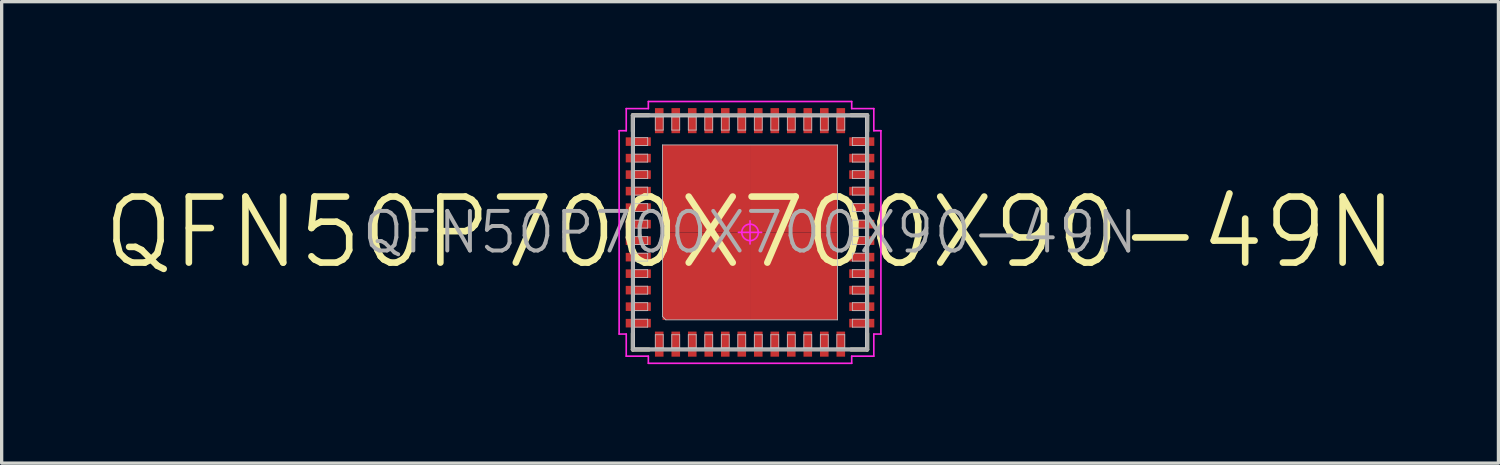
<source format=kicad_pcb>
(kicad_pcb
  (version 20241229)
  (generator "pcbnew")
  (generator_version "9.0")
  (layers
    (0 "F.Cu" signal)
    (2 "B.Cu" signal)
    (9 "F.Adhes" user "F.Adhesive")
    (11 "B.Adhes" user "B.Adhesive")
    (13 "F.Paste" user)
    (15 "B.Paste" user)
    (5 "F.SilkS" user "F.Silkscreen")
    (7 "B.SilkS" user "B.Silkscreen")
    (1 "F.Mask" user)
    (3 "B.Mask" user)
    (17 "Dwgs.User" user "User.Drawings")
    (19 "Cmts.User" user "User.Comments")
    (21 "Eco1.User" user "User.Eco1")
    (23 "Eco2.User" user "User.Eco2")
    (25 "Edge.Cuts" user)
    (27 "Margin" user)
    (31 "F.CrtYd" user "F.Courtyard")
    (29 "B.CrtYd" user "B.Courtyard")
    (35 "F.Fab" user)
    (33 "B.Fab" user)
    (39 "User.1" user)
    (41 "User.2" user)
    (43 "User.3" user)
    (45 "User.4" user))
  (footprint "QFN50P700X700X90-49N"
    (layer "F.Cu")
    (at 19.671 3.99)
    (property "Reference" "QFN50P700X700X90-49N" (at 0 0 0) (layer "F.Fab") (effects (font (size 1.2 1.2) (thickness 0.12))))
    (attr smd)
    (fp_line (start -3.55 -3.55) (end -3.55 -3.06) (stroke (width 0.12) (type solid)) (layer "F.SilkS"))
    (fp_line (start -3.55 3.55) (end -3.55 3.06) (stroke (width 0.12) (type solid)) (layer "F.SilkS"))
    (fp_line (start -3.06 -3.55) (end -3.55 -3.55) (stroke (width 0.12) (type solid)) (layer "F.SilkS"))
    (fp_line (start -3.06 3.55) (end -3.55 3.55) (stroke (width 0.12) (type solid)) (layer "F.SilkS"))
    (fp_line (start 3.06 -3.55) (end 3.55 -3.55) (stroke (width 0.12) (type solid)) (layer "F.SilkS"))
    (fp_line (start 3.06 3.55) (end 3.55 3.55) (stroke (width 0.12) (type solid)) (layer "F.SilkS"))
    (fp_line (start 3.55 -3.55) (end 3.55 -3.06) (stroke (width 0.12) (type solid)) (layer "F.SilkS"))
    (fp_line (start 3.55 3.55) (end 3.55 3.06) (stroke (width 0.12) (type solid)) (layer "F.SilkS"))
    (fp_line (start -3.5 -3.5) (end 3.5 -3.5) (stroke (width 0.025) (type solid)) (layer "Dwgs.User"))
    (fp_line (start -3.5 -2.87) (end -3.1 -2.87) (stroke (width 0.025) (type solid)) (layer "Dwgs.User"))
    (fp_line (start -3.5 -2.63) (end -3.5 -2.87) (stroke (width 0.025) (type solid)) (layer "Dwgs.User"))
    (fp_line (start -3.5 -2.37) (end -3.1 -2.37) (stroke (width 0.025) (type solid)) (layer "Dwgs.User"))
    (fp_line (start -3.5 -2.13) (end -3.5 -2.37) (stroke (width 0.025) (type solid)) (layer "Dwgs.User"))
    (fp_line (start -3.5 -1.87) (end -3.1 -1.87) (stroke (width 0.025) (type solid)) (layer "Dwgs.User"))
    (fp_line (start -3.5 -1.63) (end -3.5 -1.87) (stroke (width 0.025) (type solid)) (layer "Dwgs.User"))
    (fp_line (start -3.5 -1.37) (end -3.1 -1.37) (stroke (width 0.025) (type solid)) (layer "Dwgs.User"))
    (fp_line (start -3.5 -1.13) (end -3.5 -1.37) (stroke (width 0.025) (type solid)) (layer "Dwgs.User"))
    (fp_line (start -3.5 -0.87) (end -3.1 -0.87) (stroke (width 0.025) (type solid)) (layer "Dwgs.User"))
    (fp_line (start -3.5 -0.63) (end -3.5 -0.87) (stroke (width 0.025) (type solid)) (layer "Dwgs.User"))
    (fp_line (start -3.5 -0.37) (end -3.1 -0.37) (stroke (width 0.025) (type solid)) (layer "Dwgs.User"))
    (fp_line (start -3.5 -0.13) (end -3.5 -0.37) (stroke (width 0.025) (type solid)) (layer "Dwgs.User"))
    (fp_line (start -3.5 0.13) (end -3.1 0.13) (stroke (width 0.025) (type solid)) (layer "Dwgs.User"))
    (fp_line (start -3.5 0.37) (end -3.5 0.13) (stroke (width 0.025) (type solid)) (layer "Dwgs.User"))
    (fp_line (start -3.5 0.63) (end -3.1 0.63) (stroke (width 0.025) (type solid)) (layer "Dwgs.User"))
    (fp_line (start -3.5 0.87) (end -3.5 0.63) (stroke (width 0.025) (type solid)) (layer "Dwgs.User"))
    (fp_line (start -3.5 1.13) (end -3.1 1.13) (stroke (width 0.025) (type solid)) (layer "Dwgs.User"))
    (fp_line (start -3.5 1.37) (end -3.5 1.13) (stroke (width 0.025) (type solid)) (layer "Dwgs.User"))
    (fp_line (start -3.5 1.63) (end -3.1 1.63) (stroke (width 0.025) (type solid)) (layer "Dwgs.User"))
    (fp_line (start -3.5 1.87) (end -3.5 1.63) (stroke (width 0.025) (type solid)) (layer "Dwgs.User"))
    (fp_line (start -3.5 2.13) (end -3.1 2.13) (stroke (width 0.025) (type solid)) (layer "Dwgs.User"))
    (fp_line (start -3.5 2.37) (end -3.5 2.13) (stroke (width 0.025) (type solid)) (layer "Dwgs.User"))
    (fp_line (start -3.5 2.63) (end -3.1 2.63) (stroke (width 0.025) (type solid)) (layer "Dwgs.User"))
    (fp_line (start -3.5 2.87) (end -3.5 2.63) (stroke (width 0.025) (type solid)) (layer "Dwgs.User"))
    (fp_line (start -3.5 3.5) (end -3.5 -3.5) (stroke (width 0.025) (type solid)) (layer "Dwgs.User"))
    (fp_line (start -3.1 -2.87) (end -3.1 -2.63) (stroke (width 0.025) (type solid)) (layer "Dwgs.User"))
    (fp_line (start -3.1 -2.63) (end -3.5 -2.63) (stroke (width 0.025) (type solid)) (layer "Dwgs.User"))
    (fp_line (start -3.1 -2.37) (end -3.1 -2.13) (stroke (width 0.025) (type solid)) (layer "Dwgs.User"))
    (fp_line (start -3.1 -2.13) (end -3.5 -2.13) (stroke (width 0.025) (type solid)) (layer "Dwgs.User"))
    (fp_line (start -3.1 -1.87) (end -3.1 -1.63) (stroke (width 0.025) (type solid)) (layer "Dwgs.User"))
    (fp_line (start -3.1 -1.63) (end -3.5 -1.63) (stroke (width 0.025) (type solid)) (layer "Dwgs.User"))
    (fp_line (start -3.1 -1.37) (end -3.1 -1.13) (stroke (width 0.025) (type solid)) (layer "Dwgs.User"))
    (fp_line (start -3.1 -1.13) (end -3.5 -1.13) (stroke (width 0.025) (type solid)) (layer "Dwgs.User"))
    (fp_line (start -3.1 -0.87) (end -3.1 -0.63) (stroke (width 0.025) (type solid)) (layer "Dwgs.User"))
    (fp_line (start -3.1 -0.63) (end -3.5 -0.63) (stroke (width 0.025) (type solid)) (layer "Dwgs.User"))
    (fp_line (start -3.1 -0.37) (end -3.1 -0.13) (stroke (width 0.025) (type solid)) (layer "Dwgs.User"))
    (fp_line (start -3.1 -0.13) (end -3.5 -0.13) (stroke (width 0.025) (type solid)) (layer "Dwgs.User"))
    (fp_line (start -3.1 0.13) (end -3.1 0.37) (stroke (width 0.025) (type solid)) (layer "Dwgs.User"))
    (fp_line (start -3.1 0.37) (end -3.5 0.37) (stroke (width 0.025) (type solid)) (layer "Dwgs.User"))
    (fp_line (start -3.1 0.63) (end -3.1 0.87) (stroke (width 0.025) (type solid)) (layer "Dwgs.User"))
    (fp_line (start -3.1 0.87) (end -3.5 0.87) (stroke (width 0.025) (type solid)) (layer "Dwgs.User"))
    (fp_line (start -3.1 1.13) (end -3.1 1.37) (stroke (width 0.025) (type solid)) (layer "Dwgs.User"))
    (fp_line (start -3.1 1.37) (end -3.5 1.37) (stroke (width 0.025) (type solid)) (layer "Dwgs.User"))
    (fp_line (start -3.1 1.63) (end -3.1 1.87) (stroke (width 0.025) (type solid)) (layer "Dwgs.User"))
    (fp_line (start -3.1 1.87) (end -3.5 1.87) (stroke (width 0.025) (type solid)) (layer "Dwgs.User"))
    (fp_line (start -3.1 2.13) (end -3.1 2.37) (stroke (width 0.025) (type solid)) (layer "Dwgs.User"))
    (fp_line (start -3.1 2.37) (end -3.5 2.37) (stroke (width 0.025) (type solid)) (layer "Dwgs.User"))
    (fp_line (start -3.1 2.63) (end -3.1 2.87) (stroke (width 0.025) (type solid)) (layer "Dwgs.User"))
    (fp_line (start -3.1 2.87) (end -3.5 2.87) (stroke (width 0.025) (type solid)) (layer "Dwgs.User"))
    (fp_line (start -2.87 -3.5) (end -2.63 -3.5) (stroke (width 0.025) (type solid)) (layer "Dwgs.User"))
    (fp_line (start -2.87 -3.1) (end -2.87 -3.5) (stroke (width 0.025) (type solid)) (layer "Dwgs.User"))
    (fp_line (start -2.87 3.1) (end -2.63 3.1) (stroke (width 0.025) (type solid)) (layer "Dwgs.User"))
    (fp_line (start -2.87 3.5) (end -2.87 3.1) (stroke (width 0.025) (type solid)) (layer "Dwgs.User"))
    (fp_line (start -2.65 -2.65) (end -2.65 2.55) (stroke (width 0.025) (type solid)) (layer "Dwgs.User"))
    (fp_line (start -2.65 2.55) (end -2.55 2.65) (stroke (width 0.025) (type solid)) (layer "Dwgs.User"))
    (fp_line (start -2.63 -3.5) (end -2.63 -3.1) (stroke (width 0.025) (type solid)) (layer "Dwgs.User"))
    (fp_line (start -2.63 -3.1) (end -2.87 -3.1) (stroke (width 0.025) (type solid)) (layer "Dwgs.User"))
    (fp_line (start -2.63 3.1) (end -2.63 3.5) (stroke (width 0.025) (type solid)) (layer "Dwgs.User"))
    (fp_line (start -2.63 3.5) (end -2.87 3.5) (stroke (width 0.025) (type solid)) (layer "Dwgs.User"))
    (fp_line (start -2.55 2.65) (end 2.65 2.65) (stroke (width 0.025) (type solid)) (layer "Dwgs.User"))
    (fp_line (start -2.37 -3.5) (end -2.13 -3.5) (stroke (width 0.025) (type solid)) (layer "Dwgs.User"))
    (fp_line (start -2.37 -3.1) (end -2.37 -3.5) (stroke (width 0.025) (type solid)) (layer "Dwgs.User"))
    (fp_line (start -2.37 3.1) (end -2.13 3.1) (stroke (width 0.025) (type solid)) (layer "Dwgs.User"))
    (fp_line (start -2.37 3.5) (end -2.37 3.1) (stroke (width 0.025) (type solid)) (layer "Dwgs.User"))
    (fp_line (start -2.13 -3.5) (end -2.13 -3.1) (stroke (width 0.025) (type solid)) (layer "Dwgs.User"))
    (fp_line (start -2.13 -3.1) (end -2.37 -3.1) (stroke (width 0.025) (type solid)) (layer "Dwgs.User"))
    (fp_line (start -2.13 3.1) (end -2.13 3.5) (stroke (width 0.025) (type solid)) (layer "Dwgs.User"))
    (fp_line (start -2.13 3.5) (end -2.37 3.5) (stroke (width 0.025) (type solid)) (layer "Dwgs.User"))
    (fp_line (start -1.87 -3.5) (end -1.63 -3.5) (stroke (width 0.025) (type solid)) (layer "Dwgs.User"))
    (fp_line (start -1.87 -3.1) (end -1.87 -3.5) (stroke (width 0.025) (type solid)) (layer "Dwgs.User"))
    (fp_line (start -1.87 3.1) (end -1.63 3.1) (stroke (width 0.025) (type solid)) (layer "Dwgs.User"))
    (fp_line (start -1.87 3.5) (end -1.87 3.1) (stroke (width 0.025) (type solid)) (layer "Dwgs.User"))
    (fp_line (start -1.63 -3.5) (end -1.63 -3.1) (stroke (width 0.025) (type solid)) (layer "Dwgs.User"))
    (fp_line (start -1.63 -3.1) (end -1.87 -3.1) (stroke (width 0.025) (type solid)) (layer "Dwgs.User"))
    (fp_line (start -1.63 3.1) (end -1.63 3.5) (stroke (width 0.025) (type solid)) (layer "Dwgs.User"))
    (fp_line (start -1.63 3.5) (end -1.87 3.5) (stroke (width 0.025) (type solid)) (layer "Dwgs.User"))
    (fp_line (start -1.37 -3.5) (end -1.13 -3.5) (stroke (width 0.025) (type solid)) (layer "Dwgs.User"))
    (fp_line (start -1.37 -3.1) (end -1.37 -3.5) (stroke (width 0.025) (type solid)) (layer "Dwgs.User"))
    (fp_line (start -1.37 3.1) (end -1.13 3.1) (stroke (width 0.025) (type solid)) (layer "Dwgs.User"))
    (fp_line (start -1.37 3.5) (end -1.37 3.1) (stroke (width 0.025) (type solid)) (layer "Dwgs.User"))
    (fp_line (start -1.13 -3.5) (end -1.13 -3.1) (stroke (width 0.025) (type solid)) (layer "Dwgs.User"))
    (fp_line (start -1.13 -3.1) (end -1.37 -3.1) (stroke (width 0.025) (type solid)) (layer "Dwgs.User"))
    (fp_line (start -1.13 3.1) (end -1.13 3.5) (stroke (width 0.025) (type solid)) (layer "Dwgs.User"))
    (fp_line (start -1.13 3.5) (end -1.37 3.5) (stroke (width 0.025) (type solid)) (layer "Dwgs.User"))
    (fp_line (start -0.87 -3.5) (end -0.63 -3.5) (stroke (width 0.025) (type solid)) (layer "Dwgs.User"))
    (fp_line (start -0.87 -3.1) (end -0.87 -3.5) (stroke (width 0.025) (type solid)) (layer "Dwgs.User"))
    (fp_line (start -0.87 3.1) (end -0.63 3.1) (stroke (width 0.025) (type solid)) (layer "Dwgs.User"))
    (fp_line (start -0.87 3.5) (end -0.87 3.1) (stroke (width 0.025) (type solid)) (layer "Dwgs.User"))
    (fp_line (start -0.63 -3.5) (end -0.63 -3.1) (stroke (width 0.025) (type solid)) (layer "Dwgs.User"))
    (fp_line (start -0.63 -3.1) (end -0.87 -3.1) (stroke (width 0.025) (type solid)) (layer "Dwgs.User"))
    (fp_line (start -0.63 3.1) (end -0.63 3.5) (stroke (width 0.025) (type solid)) (layer "Dwgs.User"))
    (fp_line (start -0.63 3.5) (end -0.87 3.5) (stroke (width 0.025) (type solid)) (layer "Dwgs.User"))
    (fp_line (start -0.37 -3.5) (end -0.13 -3.5) (stroke (width 0.025) (type solid)) (layer "Dwgs.User"))
    (fp_line (start -0.37 -3.1) (end -0.37 -3.5) (stroke (width 0.025) (type solid)) (layer "Dwgs.User"))
    (fp_line (start -0.37 3.1) (end -0.13 3.1) (stroke (width 0.025) (type solid)) (layer "Dwgs.User"))
    (fp_line (start -0.37 3.5) (end -0.37 3.1) (stroke (width 0.025) (type solid)) (layer "Dwgs.User"))
    (fp_line (start -0.13 -3.5) (end -0.13 -3.1) (stroke (width 0.025) (type solid)) (layer "Dwgs.User"))
    (fp_line (start -0.13 -3.1) (end -0.37 -3.1) (stroke (width 0.025) (type solid)) (layer "Dwgs.User"))
    (fp_line (start -0.13 3.1) (end -0.13 3.5) (stroke (width 0.025) (type solid)) (layer "Dwgs.User"))
    (fp_line (start -0.13 3.5) (end -0.37 3.5) (stroke (width 0.025) (type solid)) (layer "Dwgs.User"))
    (fp_line (start 0.13 -3.5) (end 0.37 -3.5) (stroke (width 0.025) (type solid)) (layer "Dwgs.User"))
    (fp_line (start 0.13 -3.1) (end 0.13 -3.5) (stroke (width 0.025) (type solid)) (layer "Dwgs.User"))
    (fp_line (start 0.13 3.1) (end 0.37 3.1) (stroke (width 0.025) (type solid)) (layer "Dwgs.User"))
    (fp_line (start 0.13 3.5) (end 0.13 3.1) (stroke (width 0.025) (type solid)) (layer "Dwgs.User"))
    (fp_line (start 0.37 -3.5) (end 0.37 -3.1) (stroke (width 0.025) (type solid)) (layer "Dwgs.User"))
    (fp_line (start 0.37 -3.1) (end 0.13 -3.1) (stroke (width 0.025) (type solid)) (layer "Dwgs.User"))
    (fp_line (start 0.37 3.1) (end 0.37 3.5) (stroke (width 0.025) (type solid)) (layer "Dwgs.User"))
    (fp_line (start 0.37 3.5) (end 0.13 3.5) (stroke (width 0.025) (type solid)) (layer "Dwgs.User"))
    (fp_line (start 0.63 -3.5) (end 0.87 -3.5) (stroke (width 0.025) (type solid)) (layer "Dwgs.User"))
    (fp_line (start 0.63 -3.1) (end 0.63 -3.5) (stroke (width 0.025) (type solid)) (layer "Dwgs.User"))
    (fp_line (start 0.63 3.1) (end 0.87 3.1) (stroke (width 0.025) (type solid)) (layer "Dwgs.User"))
    (fp_line (start 0.63 3.5) (end 0.63 3.1) (stroke (width 0.025) (type solid)) (layer "Dwgs.User"))
    (fp_line (start 0.87 -3.5) (end 0.87 -3.1) (stroke (width 0.025) (type solid)) (layer "Dwgs.User"))
    (fp_line (start 0.87 -3.1) (end 0.63 -3.1) (stroke (width 0.025) (type solid)) (layer "Dwgs.User"))
    (fp_line (start 0.87 3.1) (end 0.87 3.5) (stroke (width 0.025) (type solid)) (layer "Dwgs.User"))
    (fp_line (start 0.87 3.5) (end 0.63 3.5) (stroke (width 0.025) (type solid)) (layer "Dwgs.User"))
    (fp_line (start 1.13 -3.5) (end 1.37 -3.5) (stroke (width 0.025) (type solid)) (layer "Dwgs.User"))
    (fp_line (start 1.13 -3.1) (end 1.13 -3.5) (stroke (width 0.025) (type solid)) (layer "Dwgs.User"))
    (fp_line (start 1.13 3.1) (end 1.37 3.1) (stroke (width 0.025) (type solid)) (layer "Dwgs.User"))
    (fp_line (start 1.13 3.5) (end 1.13 3.1) (stroke (width 0.025) (type solid)) (layer "Dwgs.User"))
    (fp_line (start 1.37 -3.5) (end 1.37 -3.1) (stroke (width 0.025) (type solid)) (layer "Dwgs.User"))
    (fp_line (start 1.37 -3.1) (end 1.13 -3.1) (stroke (width 0.025) (type solid)) (layer "Dwgs.User"))
    (fp_line (start 1.37 3.1) (end 1.37 3.5) (stroke (width 0.025) (type solid)) (layer "Dwgs.User"))
    (fp_line (start 1.37 3.5) (end 1.13 3.5) (stroke (width 0.025) (type solid)) (layer "Dwgs.User"))
    (fp_line (start 1.63 -3.5) (end 1.87 -3.5) (stroke (width 0.025) (type solid)) (layer "Dwgs.User"))
    (fp_line (start 1.63 -3.1) (end 1.63 -3.5) (stroke (width 0.025) (type solid)) (layer "Dwgs.User"))
    (fp_line (start 1.63 3.1) (end 1.87 3.1) (stroke (width 0.025) (type solid)) (layer "Dwgs.User"))
    (fp_line (start 1.63 3.5) (end 1.63 3.1) (stroke (width 0.025) (type solid)) (layer "Dwgs.User"))
    (fp_line (start 1.87 -3.5) (end 1.87 -3.1) (stroke (width 0.025) (type solid)) (layer "Dwgs.User"))
    (fp_line (start 1.87 -3.1) (end 1.63 -3.1) (stroke (width 0.025) (type solid)) (layer "Dwgs.User"))
    (fp_line (start 1.87 3.1) (end 1.87 3.5) (stroke (width 0.025) (type solid)) (layer "Dwgs.User"))
    (fp_line (start 1.87 3.5) (end 1.63 3.5) (stroke (width 0.025) (type solid)) (layer "Dwgs.User"))
    (fp_line (start 2.13 -3.5) (end 2.37 -3.5) (stroke (width 0.025) (type solid)) (layer "Dwgs.User"))
    (fp_line (start 2.13 -3.1) (end 2.13 -3.5) (stroke (width 0.025) (type solid)) (layer "Dwgs.User"))
    (fp_line (start 2.13 3.1) (end 2.37 3.1) (stroke (width 0.025) (type solid)) (layer "Dwgs.User"))
    (fp_line (start 2.13 3.5) (end 2.13 3.1) (stroke (width 0.025) (type solid)) (layer "Dwgs.User"))
    (fp_line (start 2.37 -3.5) (end 2.37 -3.1) (stroke (width 0.025) (type solid)) (layer "Dwgs.User"))
    (fp_line (start 2.37 -3.1) (end 2.13 -3.1) (stroke (width 0.025) (type solid)) (layer "Dwgs.User"))
    (fp_line (start 2.37 3.1) (end 2.37 3.5) (stroke (width 0.025) (type solid)) (layer "Dwgs.User"))
    (fp_line (start 2.37 3.5) (end 2.13 3.5) (stroke (width 0.025) (type solid)) (layer "Dwgs.User"))
    (fp_line (start 2.63 -3.5) (end 2.87 -3.5) (stroke (width 0.025) (type solid)) (layer "Dwgs.User"))
    (fp_line (start 2.63 -3.1) (end 2.63 -3.5) (stroke (width 0.025) (type solid)) (layer "Dwgs.User"))
    (fp_line (start 2.63 3.1) (end 2.87 3.1) (stroke (width 0.025) (type solid)) (layer "Dwgs.User"))
    (fp_line (start 2.63 3.5) (end 2.63 3.1) (stroke (width 0.025) (type solid)) (layer "Dwgs.User"))
    (fp_line (start 2.65 -2.65) (end -2.65 -2.65) (stroke (width 0.025) (type solid)) (layer "Dwgs.User"))
    (fp_line (start 2.65 2.65) (end 2.65 -2.65) (stroke (width 0.025) (type solid)) (layer "Dwgs.User"))
    (fp_line (start 2.87 -3.5) (end 2.87 -3.1) (stroke (width 0.025) (type solid)) (layer "Dwgs.User"))
    (fp_line (start 2.87 -3.1) (end 2.63 -3.1) (stroke (width 0.025) (type solid)) (layer "Dwgs.User"))
    (fp_line (start 2.87 3.1) (end 2.87 3.5) (stroke (width 0.025) (type solid)) (layer "Dwgs.User"))
    (fp_line (start 2.87 3.5) (end 2.63 3.5) (stroke (width 0.025) (type solid)) (layer "Dwgs.User"))
    (fp_line (start 3.1 -2.87) (end 3.5 -2.87) (stroke (width 0.025) (type solid)) (layer "Dwgs.User"))
    (fp_line (start 3.1 -2.63) (end 3.1 -2.87) (stroke (width 0.025) (type solid)) (layer "Dwgs.User"))
    (fp_line (start 3.1 -2.37) (end 3.5 -2.37) (stroke (width 0.025) (type solid)) (layer "Dwgs.User"))
    (fp_line (start 3.1 -2.13) (end 3.1 -2.37) (stroke (width 0.025) (type solid)) (layer "Dwgs.User"))
    (fp_line (start 3.1 -1.87) (end 3.5 -1.87) (stroke (width 0.025) (type solid)) (layer "Dwgs.User"))
    (fp_line (start 3.1 -1.63) (end 3.1 -1.87) (stroke (width 0.025) (type solid)) (layer "Dwgs.User"))
    (fp_line (start 3.1 -1.37) (end 3.5 -1.37) (stroke (width 0.025) (type solid)) (layer "Dwgs.User"))
    (fp_line (start 3.1 -1.13) (end 3.1 -1.37) (stroke (width 0.025) (type solid)) (layer "Dwgs.User"))
    (fp_line (start 3.1 -0.87) (end 3.5 -0.87) (stroke (width 0.025) (type solid)) (layer "Dwgs.User"))
    (fp_line (start 3.1 -0.63) (end 3.1 -0.87) (stroke (width 0.025) (type solid)) (layer "Dwgs.User"))
    (fp_line (start 3.1 -0.37) (end 3.5 -0.37) (stroke (width 0.025) (type solid)) (layer "Dwgs.User"))
    (fp_line (start 3.1 -0.13) (end 3.1 -0.37) (stroke (width 0.025) (type solid)) (layer "Dwgs.User"))
    (fp_line (start 3.1 0.13) (end 3.5 0.13) (stroke (width 0.025) (type solid)) (layer "Dwgs.User"))
    (fp_line (start 3.1 0.37) (end 3.1 0.13) (stroke (width 0.025) (type solid)) (layer "Dwgs.User"))
    (fp_line (start 3.1 0.63) (end 3.5 0.63) (stroke (width 0.025) (type solid)) (layer "Dwgs.User"))
    (fp_line (start 3.1 0.87) (end 3.1 0.63) (stroke (width 0.025) (type solid)) (layer "Dwgs.User"))
    (fp_line (start 3.1 1.13) (end 3.5 1.13) (stroke (width 0.025) (type solid)) (layer "Dwgs.User"))
    (fp_line (start 3.1 1.37) (end 3.1 1.13) (stroke (width 0.025) (type solid)) (layer "Dwgs.User"))
    (fp_line (start 3.1 1.63) (end 3.5 1.63) (stroke (width 0.025) (type solid)) (layer "Dwgs.User"))
    (fp_line (start 3.1 1.87) (end 3.1 1.63) (stroke (width 0.025) (type solid)) (layer "Dwgs.User"))
    (fp_line (start 3.1 2.13) (end 3.5 2.13) (stroke (width 0.025) (type solid)) (layer "Dwgs.User"))
    (fp_line (start 3.1 2.37) (end 3.1 2.13) (stroke (width 0.025) (type solid)) (layer "Dwgs.User"))
    (fp_line (start 3.1 2.63) (end 3.5 2.63) (stroke (width 0.025) (type solid)) (layer "Dwgs.User"))
    (fp_line (start 3.1 2.87) (end 3.1 2.63) (stroke (width 0.025) (type solid)) (layer "Dwgs.User"))
    (fp_line (start 3.5 -3.5) (end 3.5 3.5) (stroke (width 0.025) (type solid)) (layer "Dwgs.User"))
    (fp_line (start 3.5 -2.87) (end 3.5 -2.63) (stroke (width 0.025) (type solid)) (layer "Dwgs.User"))
    (fp_line (start 3.5 -2.63) (end 3.1 -2.63) (stroke (width 0.025) (type solid)) (layer "Dwgs.User"))
    (fp_line (start 3.5 -2.37) (end 3.5 -2.13) (stroke (width 0.025) (type solid)) (layer "Dwgs.User"))
    (fp_line (start 3.5 -2.13) (end 3.1 -2.13) (stroke (width 0.025) (type solid)) (layer "Dwgs.User"))
    (fp_line (start 3.5 -1.87) (end 3.5 -1.63) (stroke (width 0.025) (type solid)) (layer "Dwgs.User"))
    (fp_line (start 3.5 -1.63) (end 3.1 -1.63) (stroke (width 0.025) (type solid)) (layer "Dwgs.User"))
    (fp_line (start 3.5 -1.37) (end 3.5 -1.13) (stroke (width 0.025) (type solid)) (layer "Dwgs.User"))
    (fp_line (start 3.5 -1.13) (end 3.1 -1.13) (stroke (width 0.025) (type solid)) (layer "Dwgs.User"))
    (fp_line (start 3.5 -0.87) (end 3.5 -0.63) (stroke (width 0.025) (type solid)) (layer "Dwgs.User"))
    (fp_line (start 3.5 -0.63) (end 3.1 -0.63) (stroke (width 0.025) (type solid)) (layer "Dwgs.User"))
    (fp_line (start 3.5 -0.37) (end 3.5 -0.13) (stroke (width 0.025) (type solid)) (layer "Dwgs.User"))
    (fp_line (start 3.5 -0.13) (end 3.1 -0.13) (stroke (width 0.025) (type solid)) (layer "Dwgs.User"))
    (fp_line (start 3.5 0.13) (end 3.5 0.37) (stroke (width 0.025) (type solid)) (layer "Dwgs.User"))
    (fp_line (start 3.5 0.37) (end 3.1 0.37) (stroke (width 0.025) (type solid)) (layer "Dwgs.User"))
    (fp_line (start 3.5 0.63) (end 3.5 0.87) (stroke (width 0.025) (type solid)) (layer "Dwgs.User"))
    (fp_line (start 3.5 0.87) (end 3.1 0.87) (stroke (width 0.025) (type solid)) (layer "Dwgs.User"))
    (fp_line (start 3.5 1.13) (end 3.5 1.37) (stroke (width 0.025) (type solid)) (layer "Dwgs.User"))
    (fp_line (start 3.5 1.37) (end 3.1 1.37) (stroke (width 0.025) (type solid)) (layer "Dwgs.User"))
    (fp_line (start 3.5 1.63) (end 3.5 1.87) (stroke (width 0.025) (type solid)) (layer "Dwgs.User"))
    (fp_line (start 3.5 1.87) (end 3.1 1.87) (stroke (width 0.025) (type solid)) (layer "Dwgs.User"))
    (fp_line (start 3.5 2.13) (end 3.5 2.37) (stroke (width 0.025) (type solid)) (layer "Dwgs.User"))
    (fp_line (start 3.5 2.37) (end 3.1 2.37) (stroke (width 0.025) (type solid)) (layer "Dwgs.User"))
    (fp_line (start 3.5 2.63) (end 3.5 2.87) (stroke (width 0.025) (type solid)) (layer "Dwgs.User"))
    (fp_line (start 3.5 2.87) (end 3.1 2.87) (stroke (width 0.025) (type solid)) (layer "Dwgs.User"))
    (fp_line (start 3.5 3.5) (end -3.5 3.5) (stroke (width 0.025) (type solid)) (layer "Dwgs.User"))
    (fp_line (start -3.965 -3.08) (end -3.965 3.08) (stroke (width 0.05) (type solid)) (layer "F.CrtYd"))
    (fp_line (start -3.965 3.08) (end -3.75 3.08) (stroke (width 0.05) (type solid)) (layer "F.CrtYd"))
    (fp_line (start -3.75 -3.75) (end -3.75 -3.08) (stroke (width 0.05) (type solid)) (layer "F.CrtYd"))
    (fp_line (start -3.75 -3.08) (end -3.965 -3.08) (stroke (width 0.05) (type solid)) (layer "F.CrtYd"))
    (fp_line (start -3.75 3.08) (end -3.75 3.75) (stroke (width 0.05) (type solid)) (layer "F.CrtYd"))
    (fp_line (start -3.75 3.75) (end -3.08 3.75) (stroke (width 0.05) (type solid)) (layer "F.CrtYd"))
    (fp_line (start -3.08 -3.965) (end -3.08 -3.75) (stroke (width 0.05) (type solid)) (layer "F.CrtYd"))
    (fp_line (start -3.08 -3.75) (end -3.75 -3.75) (stroke (width 0.05) (type solid)) (layer "F.CrtYd"))
    (fp_line (start -3.08 3.75) (end -3.08 3.965) (stroke (width 0.05) (type solid)) (layer "F.CrtYd"))
    (fp_line (start -3.08 3.965) (end 3.08 3.965) (stroke (width 0.05) (type solid)) (layer "F.CrtYd"))
    (fp_line (start -0.35 0) (end 0.35 0) (stroke (width 0.05) (type solid)) (layer "F.CrtYd"))
    (fp_line (start 0 -0.35) (end 0 0.35) (stroke (width 0.05) (type solid)) (layer "F.CrtYd"))
    (fp_line (start 3.08 -3.965) (end -3.08 -3.965) (stroke (width 0.05) (type solid)) (layer "F.CrtYd"))
    (fp_line (start 3.08 -3.75) (end 3.08 -3.965) (stroke (width 0.05) (type solid)) (layer "F.CrtYd"))
    (fp_line (start 3.08 3.75) (end 3.75 3.75) (stroke (width 0.05) (type solid)) (layer "F.CrtYd"))
    (fp_line (start 3.08 3.965) (end 3.08 3.75) (stroke (width 0.05) (type solid)) (layer "F.CrtYd"))
    (fp_line (start 3.75 -3.75) (end 3.08 -3.75) (stroke (width 0.05) (type solid)) (layer "F.CrtYd"))
    (fp_line (start 3.75 -3.08) (end 3.75 -3.75) (stroke (width 0.05) (type solid)) (layer "F.CrtYd"))
    (fp_line (start 3.75 3.08) (end 3.965 3.08) (stroke (width 0.05) (type solid)) (layer "F.CrtYd"))
    (fp_line (start 3.75 3.75) (end 3.75 3.08) (stroke (width 0.05) (type solid)) (layer "F.CrtYd"))
    (fp_line (start 3.965 -3.08) (end 3.75 -3.08) (stroke (width 0.05) (type solid)) (layer "F.CrtYd"))
    (fp_line (start 3.965 3.08) (end 3.965 -3.08) (stroke (width 0.05) (type solid)) (layer "F.CrtYd"))
    (fp_circle (center 0 0) (end 0 0.25) (stroke (width 0.05) (type solid)) (fill no) (layer "F.CrtYd"))
    (fp_line (start -3.55 -3.55) (end 3.55 -3.55) (stroke (width 0.12) (type solid)) (layer "F.Fab"))
    (fp_line (start -3.55 3.55) (end -3.55 -3.55) (stroke (width 0.12) (type solid)) (layer "F.Fab"))
    (fp_line (start 3.55 -3.55) (end 3.55 3.55) (stroke (width 0.12) (type solid)) (layer "F.Fab"))
    (fp_line (start 3.55 3.55) (end -3.55 3.55) (stroke (width 0.12) (type solid)) (layer "F.Fab"))
    (fp_text user "${REFERENCE}" (at 0 0 0) (layer "F.SilkS") (effects (font (size 2 2) (thickness 0.2))))
    (pad "" smd rect (at -1.325 -1.325 90) (size 1.87 1.87) (layers "F.Paste"))
    (pad "" smd rect (at -1.325 1.325 90) (size 1.87 1.87) (layers "F.Paste"))
    (pad "" smd rect (at 1.325 -1.325 90) (size 1.87 1.87) (layers "F.Paste"))
    (pad "" smd rect (at 1.325 1.325 90) (size 1.87 1.87) (layers "F.Paste"))
    (pad "1" smd rect (at -2.75 3.385 90) (size 0.76 0.26) (layers "F.Cu" "F.Mask" "F.Paste"))
    (pad "2" smd rect (at -2.25 3.385 90) (size 0.76 0.26) (layers "F.Cu" "F.Mask" "F.Paste"))
    (pad "3" smd rect (at -1.75 3.385 90) (size 0.76 0.26) (layers "F.Cu" "F.Mask" "F.Paste"))
    (pad "4" smd rect (at -1.25 3.385 90) (size 0.76 0.26) (layers "F.Cu" "F.Mask" "F.Paste"))
    (pad "5" smd rect (at -0.75 3.385 90) (size 0.76 0.26) (layers "F.Cu" "F.Mask" "F.Paste"))
    (pad "6" smd rect (at -0.25 3.385 90) (size 0.76 0.26) (layers "F.Cu" "F.Mask" "F.Paste"))
    (pad "7" smd rect (at 0.25 3.385 90) (size 0.76 0.26) (layers "F.Cu" "F.Mask" "F.Paste"))
    (pad "8" smd rect (at 0.75 3.385 90) (size 0.76 0.26) (layers "F.Cu" "F.Mask" "F.Paste"))
    (pad "9" smd rect (at 1.25 3.385 90) (size 0.76 0.26) (layers "F.Cu" "F.Mask" "F.Paste"))
    (pad "10" smd rect (at 1.75 3.385 90) (size 0.76 0.26) (layers "F.Cu" "F.Mask" "F.Paste"))
    (pad "11" smd rect (at 2.25 3.385 90) (size 0.76 0.26) (layers "F.Cu" "F.Mask" "F.Paste"))
    (pad "12" smd rect (at 2.75 3.385 90) (size 0.76 0.26) (layers "F.Cu" "F.Mask" "F.Paste"))
    (pad "13" smd rect (at 3.385 2.75) (size 0.76 0.26) (layers "F.Cu" "F.Mask" "F.Paste"))
    (pad "14" smd rect (at 3.385 2.25) (size 0.76 0.26) (layers "F.Cu" "F.Mask" "F.Paste"))
    (pad "15" smd rect (at 3.385 1.75) (size 0.76 0.26) (layers "F.Cu" "F.Mask" "F.Paste"))
    (pad "16" smd rect (at 3.385 1.25) (size 0.76 0.26) (layers "F.Cu" "F.Mask" "F.Paste"))
    (pad "17" smd rect (at 3.385 0.75) (size 0.76 0.26) (layers "F.Cu" "F.Mask" "F.Paste"))
    (pad "18" smd rect (at 3.385 0.25) (size 0.76 0.26) (layers "F.Cu" "F.Mask" "F.Paste"))
    (pad "19" smd rect (at 3.385 -0.25) (size 0.76 0.26) (layers "F.Cu" "F.Mask" "F.Paste"))
    (pad "20" smd rect (at 3.385 -0.75) (size 0.76 0.26) (layers "F.Cu" "F.Mask" "F.Paste"))
    (pad "21" smd rect (at 3.385 -1.25) (size 0.76 0.26) (layers "F.Cu" "F.Mask" "F.Paste"))
    (pad "22" smd rect (at 3.385 -1.75) (size 0.76 0.26) (layers "F.Cu" "F.Mask" "F.Paste"))
    (pad "23" smd rect (at 3.385 -2.25) (size 0.76 0.26) (layers "F.Cu" "F.Mask" "F.Paste"))
    (pad "24" smd rect (at 3.385 -2.75) (size 0.76 0.26) (layers "F.Cu" "F.Mask" "F.Paste"))
    (pad "25" smd rect (at 2.75 -3.385 90) (size 0.76 0.26) (layers "F.Cu" "F.Mask" "F.Paste"))
    (pad "26" smd rect (at 2.25 -3.385 90) (size 0.76 0.26) (layers "F.Cu" "F.Mask" "F.Paste"))
    (pad "27" smd rect (at 1.75 -3.385 90) (size 0.76 0.26) (layers "F.Cu" "F.Mask" "F.Paste"))
    (pad "28" smd rect (at 1.25 -3.385 90) (size 0.76 0.26) (layers "F.Cu" "F.Mask" "F.Paste"))
    (pad "29" smd rect (at 0.75 -3.385 90) (size 0.76 0.26) (layers "F.Cu" "F.Mask" "F.Paste"))
    (pad "30" smd rect (at 0.25 -3.385 90) (size 0.76 0.26) (layers "F.Cu" "F.Mask" "F.Paste"))
    (pad "31" smd rect (at -0.25 -3.385 90) (size 0.76 0.26) (layers "F.Cu" "F.Mask" "F.Paste"))
    (pad "32" smd rect (at -0.75 -3.385 90) (size 0.76 0.26) (layers "F.Cu" "F.Mask" "F.Paste"))
    (pad "33" smd rect (at -1.25 -3.385 90) (size 0.76 0.26) (layers "F.Cu" "F.Mask" "F.Paste"))
    (pad "34" smd rect (at -1.75 -3.385 90) (size 0.76 0.26) (layers "F.Cu" "F.Mask" "F.Paste"))
    (pad "35" smd rect (at -2.25 -3.385 90) (size 0.76 0.26) (layers "F.Cu" "F.Mask" "F.Paste"))
    (pad "36" smd rect (at -2.75 -3.385 90) (size 0.76 0.26) (layers "F.Cu" "F.Mask" "F.Paste"))
    (pad "37" smd rect (at -3.385 -2.75) (size 0.76 0.26) (layers "F.Cu" "F.Mask" "F.Paste"))
    (pad "38" smd rect (at -3.385 -2.25) (size 0.76 0.26) (layers "F.Cu" "F.Mask" "F.Paste"))
    (pad "39" smd rect (at -3.385 -1.75) (size 0.76 0.26) (layers "F.Cu" "F.Mask" "F.Paste"))
    (pad "40" smd rect (at -3.385 -1.25) (size 0.76 0.26) (layers "F.Cu" "F.Mask" "F.Paste"))
    (pad "41" smd rect (at -3.385 -0.75) (size 0.76 0.26) (layers "F.Cu" "F.Mask" "F.Paste"))
    (pad "42" smd rect (at -3.385 -0.25) (size 0.76 0.26) (layers "F.Cu" "F.Mask" "F.Paste"))
    (pad "43" smd rect (at -3.385 0.25) (size 0.76 0.26) (layers "F.Cu" "F.Mask" "F.Paste"))
    (pad "44" smd rect (at -3.385 0.75) (size 0.76 0.26) (layers "F.Cu" "F.Mask" "F.Paste"))
    (pad "45" smd rect (at -3.385 1.25) (size 0.76 0.26) (layers "F.Cu" "F.Mask" "F.Paste"))
    (pad "46" smd rect (at -3.385 1.75) (size 0.76 0.26) (layers "F.Cu" "F.Mask" "F.Paste"))
    (pad "47" smd rect (at -3.385 2.25) (size 0.76 0.26) (layers "F.Cu" "F.Mask" "F.Paste"))
    (pad "48" smd rect (at -3.385 2.75) (size 0.76 0.26) (layers "F.Cu" "F.Mask" "F.Paste"))
    (pad "49" smd rect (at -1.325 -1.325) (size 2.65 2.65) (layers "F.Cu" "F.Mask" "F.Paste"))
    (pad "49" smd rect (at -1.325 1.325) (size 2.65 2.65) (layers "F.Cu" "F.Mask" "F.Paste"))
    (pad "49" smd rect (at 1.325 -1.325) (size 2.65 2.65) (layers "F.Cu" "F.Mask" "F.Paste"))
    (pad "49" smd rect (at 1.325 1.325) (size 2.65 2.65) (layers "F.Cu" "F.Mask" "F.Paste")))
  (gr_rect
    (start -3 -3)
    (end 42.343 10.98)
    (stroke (width 0.1) (type default))
    (fill no)
    (layer "Edge.Cuts")))
</source>
